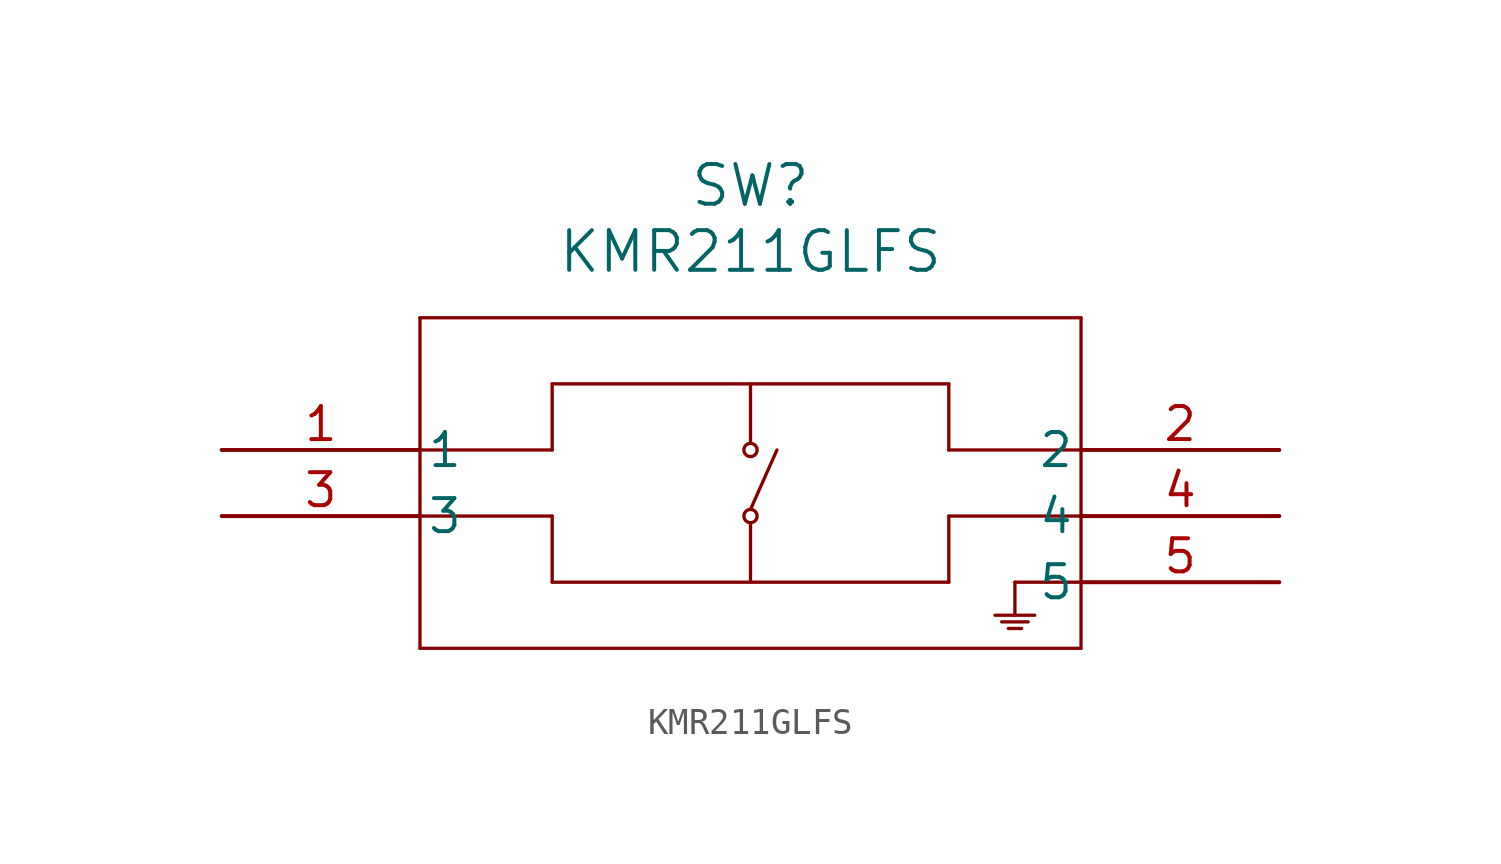
<source format=kicad_sym>
(kicad_symbol_lib
  (version 20231120)
  (generator "kicad_symbol_editor")
  (generator_version "8.0")
  (symbol "KMR211GLFS"
    (pin_names
      (offset 0.254))
    (property "Reference" "SW"
      (at 20.32 10.16 0)
      (effects (font (size 1.524 1.524))))
    (property "Value" "KMR211GLFS"
      (at 20.32 7.62 0)
      (effects (font (size 1.524 1.524))))
    (symbol "KMR211GLFS_0_1"
      (polyline (pts (xy 7.62 -7.62) (xy 33.02 -7.62)) (stroke (width 0.127) (type default)) (fill (type none)))
      (polyline (pts (xy 7.62 0) (xy 12.7 0)) (stroke (width 0.127) (type default)) (fill (type none)))
      (polyline (pts (xy 7.62 5.08) (xy 7.62 -7.62)) (stroke (width 0.127) (type default)) (fill (type none)))
      (polyline (pts (xy 12.7 -5.08) (xy 12.7 -2.54)) (stroke (width 0.127) (type default)) (fill (type none)))
      (polyline (pts (xy 12.7 -2.54) (xy 7.62 -2.54)) (stroke (width 0.127) (type default)) (fill (type none)))
      (polyline (pts (xy 12.7 0) (xy 12.7 2.54)) (stroke (width 0.127) (type default)) (fill (type none)))
      (polyline (pts (xy 12.7 2.54) (xy 27.94 2.54)) (stroke (width 0.127) (type default)) (fill (type none)))
      (polyline (pts (xy 20.32 -2.794) (xy 20.32 -5.08)) (stroke (width 0.127) (type default)) (fill (type none)))
      (polyline (pts (xy 20.32 2.54) (xy 20.32 0.254)) (stroke (width 0.127) (type default)) (fill (type none)))
      (polyline (pts (xy 21.336 0) (xy 20.32 -2.286)) (stroke (width 0.127) (type default)) (fill (type none)))
      (polyline (pts (xy 27.94 -5.08) (xy 12.7 -5.08)) (stroke (width 0.127) (type default)) (fill (type none)))
      (polyline (pts (xy 27.94 -2.54) (xy 27.94 -5.08)) (stroke (width 0.127) (type default)) (fill (type none)))
      (polyline (pts (xy 27.94 0) (xy 33.02 0)) (stroke (width 0.127) (type default)) (fill (type none)))
      (polyline (pts (xy 27.94 2.54) (xy 27.94 0)) (stroke (width 0.127) (type default)) (fill (type none)))
      (polyline (pts (xy 29.718 -6.35) (xy 31.242 -6.35)) (stroke (width 0.127) (type default)) (fill (type none)))
      (polyline (pts (xy 30.226 -6.858) (xy 30.734 -6.858)) (stroke (width 0.127) (type default)) (fill (type none)))
      (polyline (pts (xy 30.48 -5.08) (xy 30.48 -6.35)) (stroke (width 0.127) (type default)) (fill (type none)))
      (polyline (pts (xy 30.988 -6.604) (xy 29.972 -6.604)) (stroke (width 0.127) (type default)) (fill (type none)))
      (polyline (pts (xy 33.02 -7.62) (xy 33.02 5.08)) (stroke (width 0.127) (type default)) (fill (type none)))
      (polyline (pts (xy 33.02 -5.08) (xy 30.48 -5.08)) (stroke (width 0.127) (type default)) (fill (type none)))
      (polyline (pts (xy 33.02 -2.54) (xy 27.94 -2.54)) (stroke (width 0.127) (type default)) (fill (type none)))
      (polyline (pts (xy 33.02 5.08) (xy 7.62 5.08)) (stroke (width 0.127) (type default)) (fill (type none)))
      (circle (center 20.32 -2.54) (radius 0.254) (stroke (width 0.127) (type default)) (fill (type none)))
      (circle (center 20.32 0) (radius 0.254) (stroke (width 0.127) (type default)) (fill (type none)))
      (pin unspecified line (at 0 0 0) (length 7.62) (name "1" (effects (font (size 1.27 1.27)))) (number "1" (effects (font (size 1.27 1.27)))))
      (pin unspecified line (at 40.64 0 180) (length 7.62) (name "2" (effects (font (size 1.27 1.27)))) (number "2" (effects (font (size 1.27 1.27)))))
      (pin unspecified line (at 0 -2.54 0) (length 7.62) (name "3" (effects (font (size 1.27 1.27)))) (number "3" (effects (font (size 1.27 1.27)))))
      (pin unspecified line (at 40.64 -2.54 180) (length 7.62) (name "4" (effects (font (size 1.27 1.27)))) (number "4" (effects (font (size 1.27 1.27)))))
      (pin unspecified line (at 40.64 -5.08 180) (length 7.62) (name "5" (effects (font (size 1.27 1.27)))) (number "5" (effects (font (size 1.27 1.27))))))))
</source>
